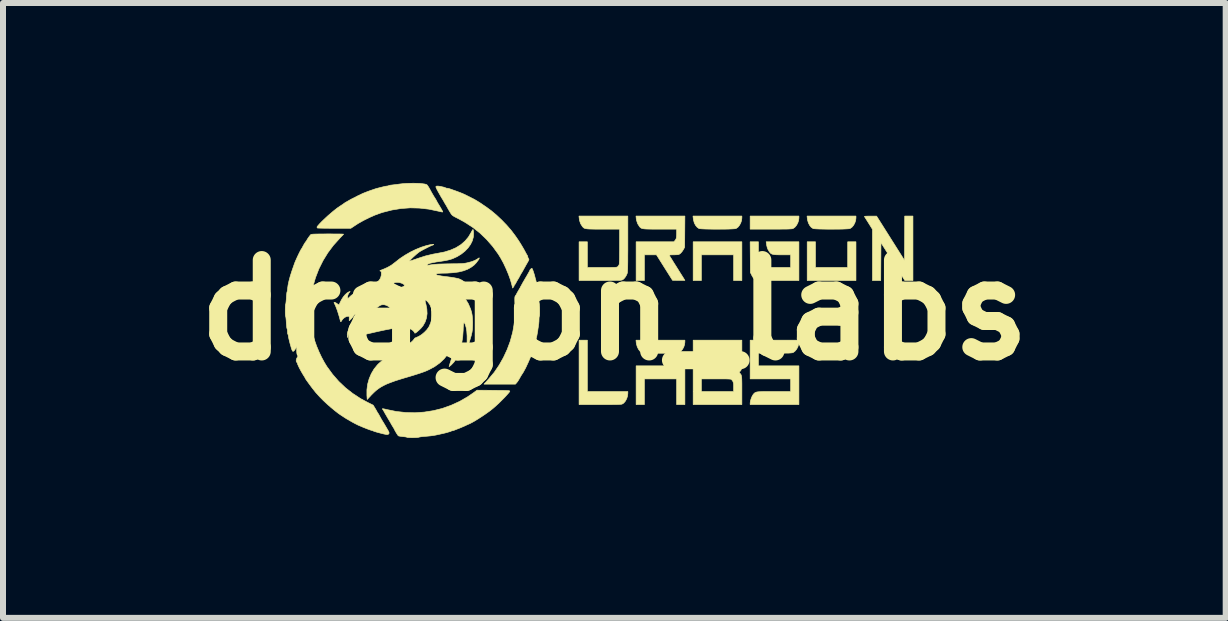
<source format=kicad_pcb>
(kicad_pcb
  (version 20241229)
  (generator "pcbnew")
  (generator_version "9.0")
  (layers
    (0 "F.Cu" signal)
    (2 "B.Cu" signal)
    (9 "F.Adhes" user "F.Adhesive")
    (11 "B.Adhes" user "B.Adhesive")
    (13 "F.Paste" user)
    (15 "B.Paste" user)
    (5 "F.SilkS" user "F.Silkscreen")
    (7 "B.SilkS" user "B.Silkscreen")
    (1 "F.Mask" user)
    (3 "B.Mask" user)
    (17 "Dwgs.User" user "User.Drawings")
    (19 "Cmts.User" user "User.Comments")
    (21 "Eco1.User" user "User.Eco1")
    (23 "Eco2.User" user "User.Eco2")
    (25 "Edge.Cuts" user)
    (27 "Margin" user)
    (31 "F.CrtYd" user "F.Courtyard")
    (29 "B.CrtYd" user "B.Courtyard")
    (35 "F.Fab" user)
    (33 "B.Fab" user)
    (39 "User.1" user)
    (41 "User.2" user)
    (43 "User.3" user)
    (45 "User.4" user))
  (footprint "dragon_labs"
    (layer "F.Cu")
    (at 7.192 2.12)
    (property "Reference" "dragon_labs" (at 0 0 0) (layer "F.SilkS") (effects (font (size 1.524 1.524) (thickness 0.3))))
    (attr through_hole)
    (fp_poly (pts (xy 1.176 1.575) (xy 1.038 1.575) (xy 1.038 1.147) (xy 0.501 1.147) (xy 0.501 1.575) (xy 0.363 1.575) (xy 0.363 0.929) (xy 1.176 0.929) (xy 1.176 1.575)) (stroke (width 0.01) (type solid)) (fill yes) (layer "F.SilkS"))
    (fp_poly (pts (xy 2.126 -0.493) (xy 1.988 -0.493) (xy 1.988 -0.922) (xy 1.451 -0.922) (xy 1.451 -0.493) (xy 1.314 -0.493) (xy 1.314 -1.139) (xy 2.126 -1.139) (xy 2.126 -0.493)) (stroke (width 0.01) (type solid)) (fill yes) (layer "F.SilkS"))
    (fp_poly (pts (xy 3.353 -0.711) (xy 3.89 -0.711) (xy 3.89 -1.139) (xy 4.028 -1.139) (xy 4.028 -0.493) (xy 3.215 -0.493) (xy 3.215 -1.139) (xy 3.353 -1.139) (xy 3.353 -0.711)) (stroke (width 0.01) (type solid)) (fill yes) (layer "F.SilkS"))
    (fp_poly (pts (xy 3.077 -1.535) (xy 3.072 -1.494) (xy 3.058 -1.453) (xy 3.037 -1.414) (xy 3.011 -1.383) (xy 2.983 -1.362) (xy 2.978 -1.36) (xy 2.969 -1.357) (xy 2.955 -1.355) (xy 2.935 -1.354) (xy 2.907 -1.352) (xy 2.87 -1.351) (xy 2.823 -1.351) (xy 2.765 -1.35) (xy 2.695 -1.35) (xy 2.611 -1.35) (xy 2.264 -1.35) (xy 2.264 -1.568) (xy 3.077 -1.568) (xy 3.077 -1.535)) (stroke (width 0.01) (type solid)) (fill yes) (layer "F.SilkS"))
    (fp_poly (pts (xy -0.45 1.357) (xy 0.225 1.357) (xy 0.225 1.388) (xy 0.22 1.432) (xy 0.206 1.476) (xy 0.185 1.516) (xy 0.159 1.547) (xy 0.142 1.56) (xy 0.136 1.563) (xy 0.129 1.566) (xy 0.121 1.569) (xy 0.108 1.57) (xy 0.092 1.572) (xy 0.069 1.573) (xy 0.039 1.574) (xy 0.001 1.574) (xy -0.047 1.575) (xy -0.107 1.575) (xy -0.178 1.575) (xy -0.235 1.575) (xy -0.588 1.575) (xy -0.588 0.501) (xy -0.45 0.501) (xy -0.45 1.357)) (stroke (width 0.01) (type solid)) (fill yes) (layer "F.SilkS"))
    (fp_poly (pts (xy 4.978 -0.493) (xy 4.843 -0.493) (xy 4.644 -0.809) (xy 4.445 -1.124) (xy 4.443 -0.809) (xy 4.441 -0.493) (xy 4.303 -0.493) (xy 4.303 -1.347) (xy 4.24 -1.448) (xy 4.218 -1.483) (xy 4.199 -1.513) (xy 4.183 -1.538) (xy 4.173 -1.554) (xy 4.17 -1.558) (xy 4.171 -1.562) (xy 4.18 -1.565) (xy 4.198 -1.566) (xy 4.227 -1.567) (xy 4.269 -1.567) (xy 4.372 -1.567) (xy 4.837 -0.83) (xy 4.839 -1.199) (xy 4.841 -1.568) (xy 4.978 -1.568) (xy 4.978 -0.493)) (stroke (width 0.01) (type solid)) (fill yes) (layer "F.SilkS"))
    (fp_poly (pts (xy 1.176 0.533) (xy 1.171 0.574) (xy 1.157 0.616) (xy 1.136 0.654) (xy 1.11 0.685) (xy 1.081 0.706) (xy 1.076 0.709) (xy 1.062 0.711) (xy 1.036 0.714) (xy 0.999 0.716) (xy 0.954 0.717) (xy 0.902 0.718) (xy 0.845 0.719) (xy 0.786 0.719) (xy 0.727 0.719) (xy 0.669 0.718) (xy 0.614 0.718) (xy 0.564 0.716) (xy 0.522 0.715) (xy 0.489 0.712) (xy 0.467 0.71) (xy 0.46 0.708) (xy 0.43 0.688) (xy 0.404 0.656) (xy 0.383 0.615) (xy 0.369 0.568) (xy 0.365 0.545) (xy 0.361 0.501) (xy 1.176 0.501) (xy 1.176 0.533)) (stroke (width 0.01) (type solid)) (fill yes) (layer "F.SilkS"))
    (fp_poly (pts (xy 2.126 -1.535) (xy 2.121 -1.494) (xy 2.107 -1.453) (xy 2.086 -1.414) (xy 2.061 -1.383) (xy 2.032 -1.362) (xy 2.027 -1.36) (xy 2.013 -1.357) (xy 1.987 -1.355) (xy 1.95 -1.353) (xy 1.905 -1.351) (xy 1.853 -1.35) (xy 1.796 -1.35) (xy 1.737 -1.349) (xy 1.677 -1.349) (xy 1.619 -1.35) (xy 1.564 -1.351) (xy 1.515 -1.352) (xy 1.473 -1.354) (xy 1.44 -1.356) (xy 1.418 -1.358) (xy 1.411 -1.36) (xy 1.381 -1.381) (xy 1.354 -1.413) (xy 1.333 -1.453) (xy 1.32 -1.5) (xy 1.316 -1.523) (xy 1.311 -1.568) (xy 2.126 -1.568) (xy 2.126 -1.535)) (stroke (width 0.01) (type solid)) (fill yes) (layer "F.SilkS"))
    (fp_poly (pts (xy 4.028 -1.535) (xy 4.023 -1.494) (xy 4.009 -1.453) (xy 3.988 -1.414) (xy 3.962 -1.383) (xy 3.933 -1.362) (xy 3.928 -1.36) (xy 3.914 -1.357) (xy 3.888 -1.355) (xy 3.851 -1.353) (xy 3.806 -1.351) (xy 3.754 -1.35) (xy 3.698 -1.35) (xy 3.638 -1.349) (xy 3.579 -1.349) (xy 3.521 -1.35) (xy 3.466 -1.351) (xy 3.416 -1.352) (xy 3.374 -1.354) (xy 3.341 -1.356) (xy 3.319 -1.358) (xy 3.313 -1.36) (xy 3.282 -1.381) (xy 3.256 -1.413) (xy 3.235 -1.453) (xy 3.221 -1.5) (xy 3.217 -1.523) (xy 3.213 -1.568) (xy 4.028 -1.568) (xy 4.028 -1.535)) (stroke (width 0.01) (type solid)) (fill yes) (layer "F.SilkS"))
    (fp_poly (pts (xy 3.077 0.533) (xy 3.072 0.574) (xy 3.058 0.616) (xy 3.037 0.654) (xy 3.011 0.685) (xy 2.983 0.706) (xy 2.978 0.709) (xy 2.968 0.711) (xy 2.953 0.713) (xy 2.93 0.715) (xy 2.899 0.717) (xy 2.859 0.717) (xy 2.807 0.718) (xy 2.744 0.718) (xy 2.678 0.718) (xy 2.402 0.718) (xy 2.402 0.929) (xy 3.077 0.929) (xy 3.077 1.575) (xy 2.264 1.575) (xy 2.264 1.55) (xy 2.268 1.518) (xy 2.279 1.48) (xy 2.294 1.442) (xy 2.311 1.412) (xy 2.316 1.405) (xy 2.326 1.393) (xy 2.335 1.384) (xy 2.346 1.376) (xy 2.359 1.37) (xy 2.376 1.365) (xy 2.398 1.362) (xy 2.427 1.36) (xy 2.465 1.358) (xy 2.512 1.357) (xy 2.57 1.357) (xy 2.641 1.357) (xy 2.663 1.357) (xy 2.939 1.357) (xy 2.939 1.147) (xy 2.264 1.147) (xy 2.264 0.501) (xy 3.077 0.501) (xy 3.077 0.533)) (stroke (width 0.01) (type solid)) (fill yes) (layer "F.SilkS"))
    (fp_poly (pts (xy 2.402 -0.962) (xy 2.402 -0.902) (xy 2.403 -0.854) (xy 2.404 -0.817) (xy 2.407 -0.789) (xy 2.41 -0.768) (xy 2.416 -0.753) (xy 2.422 -0.74) (xy 2.431 -0.729) (xy 2.433 -0.728) (xy 2.437 -0.723) (xy 2.442 -0.72) (xy 2.449 -0.717) (xy 2.46 -0.715) (xy 2.476 -0.713) (xy 2.499 -0.712) (xy 2.531 -0.712) (xy 2.572 -0.711) (xy 2.624 -0.711) (xy 2.689 -0.711) (xy 2.694 -0.711) (xy 2.939 -0.711) (xy 2.939 -0.922) (xy 2.796 -0.922) (xy 2.74 -0.922) (xy 2.697 -0.923) (xy 2.663 -0.926) (xy 2.638 -0.931) (xy 2.619 -0.938) (xy 2.604 -0.949) (xy 2.591 -0.964) (xy 2.578 -0.982) (xy 2.561 -1.011) (xy 2.549 -1.042) (xy 2.54 -1.078) (xy 2.536 -1.105) (xy 2.531 -1.139) (xy 3.077 -1.139) (xy 3.077 -0.493) (xy 2.369 -0.493) (xy 2.343 -0.512) (xy 2.318 -0.535) (xy 2.296 -0.571) (xy 2.292 -0.579) (xy 2.268 -0.627) (xy 2.266 -0.883) (xy 2.264 -1.139) (xy 2.402 -1.139) (xy 2.402 -0.962)) (stroke (width 0.01) (type solid)) (fill yes) (layer "F.SilkS"))
    (fp_poly (pts (xy 2.126 0.737) (xy 2.126 0.804) (xy 2.126 0.858) (xy 2.125 0.901) (xy 2.124 0.934) (xy 2.122 0.959) (xy 2.119 0.978) (xy 2.115 0.992) (xy 2.11 1.003) (xy 2.103 1.013) (xy 2.095 1.021) (xy 2.08 1.038) (xy 2.095 1.054) (xy 2.103 1.064) (xy 2.11 1.073) (xy 2.115 1.084) (xy 2.119 1.099) (xy 2.122 1.118) (xy 2.124 1.144) (xy 2.125 1.178) (xy 2.126 1.222) (xy 2.126 1.277) (xy 2.126 1.338) (xy 2.126 1.575) (xy 1.314 1.575) (xy 1.314 1.147) (xy 1.451 1.147) (xy 1.451 1.357) (xy 1.988 1.357) (xy 1.988 1.284) (xy 1.988 1.245) (xy 1.985 1.216) (xy 1.979 1.195) (xy 1.969 1.177) (xy 1.957 1.163) (xy 1.953 1.159) (xy 1.948 1.155) (xy 1.941 1.152) (xy 1.93 1.15) (xy 1.914 1.149) (xy 1.891 1.148) (xy 1.86 1.147) (xy 1.819 1.147) (xy 1.767 1.147) (xy 1.702 1.147) (xy 1.451 1.147) (xy 1.314 1.147) (xy 1.314 0.929) (xy 1.942 0.929) (xy 1.957 0.913) (xy 1.971 0.895) (xy 1.98 0.877) (xy 1.986 0.855) (xy 1.988 0.825) (xy 1.988 0.792) (xy 1.988 0.718) (xy 1.314 0.718) (xy 1.314 0.501) (xy 2.126 0.501) (xy 2.126 0.737)) (stroke (width 0.01) (type solid)) (fill yes) (layer "F.SilkS"))
    (fp_poly (pts (xy 1.174 -1.308) (xy 1.172 -1.049) (xy 1.153 -1.012) (xy 1.13 -0.977) (xy 1.105 -0.948) (xy 1.08 -0.93) (xy 1.075 -0.928) (xy 1.061 -0.925) (xy 1.036 -0.923) (xy 1.005 -0.922) (xy 0.986 -0.922) (xy 0.951 -0.921) (xy 0.929 -0.92) (xy 0.918 -0.917) (xy 0.916 -0.913) (xy 0.921 -0.904) (xy 0.932 -0.886) (xy 0.95 -0.858) (xy 0.972 -0.822) (xy 0.998 -0.78) (xy 1.028 -0.733) (xy 1.048 -0.701) (xy 1.078 -0.653) (xy 1.106 -0.608) (xy 1.131 -0.569) (xy 1.151 -0.537) (xy 1.166 -0.513) (xy 1.174 -0.499) (xy 1.176 -0.496) (xy 1.169 -0.495) (xy 1.15 -0.495) (xy 1.122 -0.495) (xy 1.087 -0.495) (xy 1.073 -0.495) (xy 0.97 -0.497) (xy 0.836 -0.709) (xy 0.702 -0.922) (xy 0.501 -0.922) (xy 0.501 -0.493) (xy 0.363 -0.493) (xy 0.363 -1.139) (xy 0.992 -1.139) (xy 1.007 -1.156) (xy 1.02 -1.173) (xy 1.03 -1.191) (xy 1.035 -1.213) (xy 1.037 -1.243) (xy 1.038 -1.277) (xy 1.038 -1.35) (xy 0.762 -1.35) (xy 0.687 -1.35) (xy 0.625 -1.35) (xy 0.575 -1.351) (xy 0.535 -1.352) (xy 0.504 -1.354) (xy 0.48 -1.357) (xy 0.462 -1.361) (xy 0.449 -1.366) (xy 0.438 -1.373) (xy 0.428 -1.382) (xy 0.419 -1.392) (xy 0.418 -1.394) (xy 0.388 -1.441) (xy 0.37 -1.496) (xy 0.365 -1.523) (xy 0.361 -1.568) (xy 1.176 -1.568) (xy 1.174 -1.308)) (stroke (width 0.01) (type solid)) (fill yes) (layer "F.SilkS"))
    (fp_poly (pts (xy 0.225 -1.109) (xy 0.225 -0.997) (xy 0.224 -0.9) (xy 0.224 -0.817) (xy 0.223 -0.749) (xy 0.222 -0.695) (xy 0.22 -0.656) (xy 0.218 -0.63) (xy 0.217 -0.62) (xy 0.204 -0.587) (xy 0.185 -0.554) (xy 0.163 -0.526) (xy 0.142 -0.508) (xy 0.136 -0.505) (xy 0.129 -0.502) (xy 0.121 -0.5) (xy 0.108 -0.498) (xy 0.092 -0.496) (xy 0.069 -0.495) (xy 0.039 -0.495) (xy 0.001 -0.494) (xy -0.047 -0.494) (xy -0.107 -0.494) (xy -0.178 -0.493) (xy -0.235 -0.493) (xy -0.588 -0.493) (xy -0.588 -1.139) (xy -0.45 -1.139) (xy -0.45 -0.711) (xy -0.203 -0.711) (xy -0.137 -0.711) (xy -0.083 -0.711) (xy -0.041 -0.712) (xy -0.009 -0.712) (xy 0.014 -0.713) (xy 0.031 -0.715) (xy 0.042 -0.717) (xy 0.05 -0.72) (xy 0.055 -0.723) (xy 0.058 -0.726) (xy 0.072 -0.744) (xy 0.08 -0.759) (xy 0.082 -0.771) (xy 0.083 -0.795) (xy 0.085 -0.832) (xy 0.086 -0.878) (xy 0.086 -0.933) (xy 0.087 -0.996) (xy 0.087 -1.064) (xy 0.087 -1.35) (xy -0.189 -1.35) (xy -0.264 -1.35) (xy -0.325 -1.35) (xy -0.375 -1.351) (xy -0.415 -1.352) (xy -0.446 -1.354) (xy -0.47 -1.357) (xy -0.488 -1.361) (xy -0.502 -1.366) (xy -0.513 -1.373) (xy -0.522 -1.382) (xy -0.532 -1.392) (xy -0.533 -1.394) (xy -0.563 -1.441) (xy -0.581 -1.496) (xy -0.585 -1.523) (xy -0.59 -1.568) (xy 0.225 -1.568) (xy 0.225 -1.109)) (stroke (width 0.01) (type solid)) (fill yes) (layer "F.SilkS"))
    (fp_poly (pts (xy -3.295 -2.114) (xy -3.243 -2.112) (xy -3.198 -2.107) (xy -3.161 -2.102) (xy -3.135 -2.095) (xy -3.123 -2.088) (xy -3.111 -2.073) (xy -3.093 -2.045) (xy -3.07 -2.004) (xy -3.044 -1.956) (xy -3.028 -1.929) (xy -3.012 -1.901) (xy -3.005 -1.89) (xy -2.99 -1.867) (xy -2.973 -1.839) (xy -2.964 -1.822) (xy -2.952 -1.799) (xy -2.941 -1.78) (xy -2.936 -1.772) (xy -2.931 -1.764) (xy -2.923 -1.751) (xy -2.911 -1.731) (xy -2.894 -1.702) (xy -2.871 -1.662) (xy -2.87 -1.659) (xy -2.863 -1.644) (xy -2.861 -1.636) (xy -2.861 -1.636) (xy -2.869 -1.636) (xy -2.888 -1.639) (xy -2.915 -1.645) (xy -2.936 -1.65) (xy -3.093 -1.683) (xy -3.249 -1.701) (xy -3.402 -1.705) (xy -3.555 -1.694) (xy -3.708 -1.669) (xy -3.861 -1.63) (xy -3.901 -1.617) (xy -3.992 -1.584) (xy -4.087 -1.542) (xy -4.181 -1.495) (xy -4.27 -1.445) (xy -4.31 -1.419) (xy -4.393 -1.364) (xy -4.67 -1.364) (xy -4.732 -1.364) (xy -4.789 -1.365) (xy -4.841 -1.365) (xy -4.884 -1.366) (xy -4.918 -1.367) (xy -4.941 -1.368) (xy -4.951 -1.369) (xy -4.952 -1.369) (xy -4.956 -1.38) (xy -4.957 -1.385) (xy -4.951 -1.396) (xy -4.936 -1.414) (xy -4.913 -1.44) (xy -4.884 -1.47) (xy -4.849 -1.504) (xy -4.811 -1.54) (xy -4.771 -1.577) (xy -4.73 -1.612) (xy -4.69 -1.646) (xy -4.664 -1.667) (xy -4.645 -1.682) (xy -4.631 -1.693) (xy -4.626 -1.697) (xy -4.615 -1.705) (xy -4.597 -1.717) (xy -4.576 -1.732) (xy -4.555 -1.745) (xy -4.544 -1.753) (xy -4.53 -1.761) (xy -4.512 -1.775) (xy -4.507 -1.779) (xy -4.488 -1.792) (xy -4.473 -1.801) (xy -4.47 -1.802) (xy -4.458 -1.809) (xy -4.439 -1.82) (xy -4.43 -1.825) (xy -4.413 -1.835) (xy -4.386 -1.85) (xy -4.352 -1.867) (xy -4.314 -1.886) (xy -4.276 -1.906) (xy -4.239 -1.923) (xy -4.209 -1.938) (xy -4.187 -1.948) (xy -4.156 -1.96) (xy -4.118 -1.975) (xy -4.077 -1.99) (xy -4.036 -2.004) (xy -3.999 -2.017) (xy -3.968 -2.027) (xy -3.948 -2.032) (xy -3.948 -2.032) (xy -3.929 -2.037) (xy -3.901 -2.044) (xy -3.87 -2.052) (xy -3.865 -2.053) (xy -3.836 -2.06) (xy -3.809 -2.066) (xy -3.791 -2.068) (xy -3.789 -2.068) (xy -3.772 -2.071) (xy -3.762 -2.075) (xy -3.752 -2.079) (xy -3.732 -2.083) (xy -3.712 -2.085) (xy -3.687 -2.088) (xy -3.653 -2.092) (xy -3.614 -2.097) (xy -3.578 -2.102) (xy -3.525 -2.108) (xy -3.468 -2.112) (xy -3.409 -2.114) (xy -3.351 -2.115) (xy -3.295 -2.114)) (stroke (width 0.01) (type solid)) (fill yes) (layer "F.SilkS"))
    (fp_poly (pts (xy -2.018 1.337) (xy -1.948 1.338) (xy -1.891 1.338) (xy -1.845 1.339) (xy -1.81 1.34) (xy -1.785 1.341) (xy -1.766 1.342) (xy -1.755 1.344) (xy -1.748 1.346) (xy -1.744 1.349) (xy -1.743 1.352) (xy -1.747 1.361) (xy -1.761 1.379) (xy -1.782 1.403) (xy -1.809 1.433) (xy -1.84 1.466) (xy -1.875 1.501) (xy -1.911 1.537) (xy -1.947 1.571) (xy -1.982 1.603) (xy -2.014 1.631) (xy -2.031 1.645) (xy -2.083 1.686) (xy -2.145 1.73) (xy -2.21 1.774) (xy -2.275 1.816) (xy -2.334 1.852) (xy -2.342 1.856) (xy -2.37 1.872) (xy -2.393 1.884) (xy -2.408 1.892) (xy -2.413 1.894) (xy -2.42 1.897) (xy -2.438 1.905) (xy -2.463 1.916) (xy -2.483 1.926) (xy -2.52 1.942) (xy -2.559 1.959) (xy -2.594 1.973) (xy -2.605 1.977) (xy -2.633 1.988) (xy -2.656 1.997) (xy -2.671 2.003) (xy -2.672 2.004) (xy -2.689 2.009) (xy -2.696 2.01) (xy -2.712 2.014) (xy -2.72 2.017) (xy -2.735 2.024) (xy -2.763 2.032) (xy -2.8 2.043) (xy -2.845 2.054) (xy -2.894 2.065) (xy -2.925 2.072) (xy -2.976 2.083) (xy -3.022 2.091) (xy -3.068 2.097) (xy -3.121 2.102) (xy -3.16 2.105) (xy -3.196 2.108) (xy -3.227 2.112) (xy -3.249 2.116) (xy -3.261 2.119) (xy -3.262 2.119) (xy -3.271 2.122) (xy -3.292 2.124) (xy -3.32 2.125) (xy -3.352 2.126) (xy -3.385 2.126) (xy -3.415 2.125) (xy -3.439 2.124) (xy -3.454 2.122) (xy -3.457 2.12) (xy -3.466 2.117) (xy -3.485 2.113) (xy -3.512 2.11) (xy -3.526 2.109) (xy -3.556 2.105) (xy -3.582 2.101) (xy -3.598 2.097) (xy -3.602 2.095) (xy -3.609 2.086) (xy -3.621 2.068) (xy -3.635 2.047) (xy -3.648 2.024) (xy -3.659 2.005) (xy -3.665 1.993) (xy -3.665 1.991) (xy -3.668 1.984) (xy -3.678 1.968) (xy -3.69 1.948) (xy -3.703 1.927) (xy -3.712 1.912) (xy -3.716 1.906) (xy -3.719 1.899) (xy -3.729 1.882) (xy -3.743 1.857) (xy -3.761 1.827) (xy -3.766 1.819) (xy -3.786 1.785) (xy -3.805 1.752) (xy -3.821 1.725) (xy -3.832 1.705) (xy -3.832 1.704) (xy -3.844 1.683) (xy -3.855 1.665) (xy -3.859 1.66) (xy -3.866 1.649) (xy -3.867 1.644) (xy -3.858 1.644) (xy -3.839 1.647) (xy -3.813 1.653) (xy -3.791 1.658) (xy -3.635 1.69) (xy -3.478 1.707) (xy -3.323 1.711) (xy -3.168 1.7) (xy -3.016 1.676) (xy -2.868 1.639) (xy -2.722 1.587) (xy -2.582 1.523) (xy -2.446 1.445) (xy -2.35 1.379) (xy -2.29 1.335) (xy -2.018 1.337)) (stroke (width 0.01) (type solid)) (fill yes) (layer "F.SilkS"))
    (fp_poly (pts (xy -1.369 -0.69) (xy -1.361 -0.672) (xy -1.351 -0.645) (xy -1.34 -0.611) (xy -1.329 -0.574) (xy -1.321 -0.542) (xy -1.314 -0.516) (xy -1.306 -0.488) (xy -1.306 -0.488) (xy -1.298 -0.452) (xy -1.29 -0.414) (xy -1.283 -0.376) (xy -1.279 -0.344) (xy -1.277 -0.324) (xy -1.276 -0.303) (xy -1.272 -0.286) (xy -1.271 -0.284) (xy -1.268 -0.272) (xy -1.264 -0.249) (xy -1.261 -0.219) (xy -1.259 -0.192) (xy -1.257 -0.16) (xy -1.255 -0.133) (xy -1.253 -0.114) (xy -1.251 -0.108) (xy -1.249 -0.098) (xy -1.248 -0.077) (xy -1.246 -0.049) (xy -1.245 -0.016) (xy -1.245 0.018) (xy -1.245 0.049) (xy -1.246 0.075) (xy -1.247 0.093) (xy -1.248 0.098) (xy -1.252 0.107) (xy -1.255 0.126) (xy -1.256 0.152) (xy -1.256 0.155) (xy -1.257 0.189) (xy -1.26 0.226) (xy -1.264 0.25) (xy -1.268 0.282) (xy -1.274 0.319) (xy -1.277 0.345) (xy -1.293 0.434) (xy -1.317 0.532) (xy -1.347 0.637) (xy -1.384 0.745) (xy -1.396 0.777) (xy -1.406 0.803) (xy -1.42 0.835) (xy -1.436 0.872) (xy -1.453 0.908) (xy -1.468 0.941) (xy -1.481 0.968) (xy -1.489 0.983) (xy -1.499 1) (xy -1.509 1.02) (xy -1.522 1.042) (xy -1.536 1.064) (xy -1.547 1.08) (xy -1.562 1.105) (xy -1.577 1.132) (xy -1.579 1.135) (xy -1.595 1.163) (xy -1.612 1.19) (xy -1.627 1.209) (xy -1.628 1.21) (xy -1.649 1.234) (xy -2.173 1.234) (xy -2.155 1.214) (xy -2.141 1.199) (xy -2.122 1.178) (xy -2.1 1.153) (xy -2.091 1.143) (xy -2.001 1.036) (xy -1.921 0.918) (xy -1.849 0.791) (xy -1.787 0.658) (xy -1.736 0.521) (xy -1.698 0.381) (xy -1.691 0.35) (xy -1.675 0.258) (xy -1.663 0.17) (xy -1.657 0.081) (xy -1.656 -0.015) (xy -1.658 -0.08) (xy -1.659 -0.129) (xy -1.66 -0.166) (xy -1.66 -0.192) (xy -1.659 -0.21) (xy -1.657 -0.223) (xy -1.654 -0.232) (xy -1.649 -0.239) (xy -1.648 -0.241) (xy -1.638 -0.255) (xy -1.633 -0.264) (xy -1.633 -0.264) (xy -1.629 -0.272) (xy -1.62 -0.289) (xy -1.607 -0.312) (xy -1.6 -0.323) (xy -1.586 -0.348) (xy -1.574 -0.368) (xy -1.568 -0.379) (xy -1.568 -0.381) (xy -1.564 -0.388) (xy -1.555 -0.404) (xy -1.543 -0.426) (xy -1.541 -0.429) (xy -1.526 -0.457) (xy -1.511 -0.483) (xy -1.5 -0.501) (xy -1.491 -0.518) (xy -1.476 -0.543) (xy -1.458 -0.573) (xy -1.447 -0.593) (xy -1.431 -0.621) (xy -1.418 -0.644) (xy -1.41 -0.66) (xy -1.408 -0.666) (xy -1.403 -0.676) (xy -1.39 -0.688) (xy -1.378 -0.696) (xy -1.374 -0.697) (xy -1.369 -0.69)) (stroke (width 0.01) (type solid)) (fill yes) (layer "F.SilkS"))
    (fp_poly (pts (xy -2.924 -2.066) (xy -2.897 -2.062) (xy -2.868 -2.055) (xy -2.841 -2.049) (xy -2.821 -2.042) (xy -2.811 -2.037) (xy -2.801 -2.033) (xy -2.787 -2.032) (xy -2.779 -2.031) (xy -2.767 -2.029) (xy -2.75 -2.024) (xy -2.726 -2.016) (xy -2.693 -2.004) (xy -2.65 -1.989) (xy -2.604 -1.972) (xy -2.572 -1.96) (xy -2.545 -1.949) (xy -2.521 -1.939) (xy -2.494 -1.927) (xy -2.462 -1.911) (xy -2.424 -1.892) (xy -2.377 -1.868) (xy -2.339 -1.849) (xy -2.306 -1.83) (xy -2.275 -1.811) (xy -2.241 -1.79) (xy -2.214 -1.772) (xy -2.187 -1.753) (xy -2.162 -1.736) (xy -2.144 -1.724) (xy -2.138 -1.72) (xy -2.052 -1.657) (xy -1.965 -1.584) (xy -1.878 -1.502) (xy -1.795 -1.416) (xy -1.718 -1.327) (xy -1.651 -1.238) (xy -1.648 -1.234) (xy -1.606 -1.173) (xy -1.571 -1.119) (xy -1.54 -1.068) (xy -1.509 -1.015) (xy -1.482 -0.965) (xy -1.469 -0.941) (xy -1.458 -0.922) (xy -1.451 -0.912) (xy -1.451 -0.911) (xy -1.445 -0.898) (xy -1.444 -0.891) (xy -1.44 -0.875) (xy -1.433 -0.86) (xy -1.428 -0.853) (xy -1.425 -0.847) (xy -1.425 -0.84) (xy -1.429 -0.829) (xy -1.438 -0.813) (xy -1.452 -0.788) (xy -1.472 -0.753) (xy -1.472 -0.753) (xy -1.483 -0.733) (xy -1.498 -0.706) (xy -1.514 -0.678) (xy -1.514 -0.677) (xy -1.528 -0.652) (xy -1.54 -0.631) (xy -1.548 -0.618) (xy -1.549 -0.617) (xy -1.558 -0.603) (xy -1.568 -0.584) (xy -1.578 -0.566) (xy -1.591 -0.541) (xy -1.6 -0.526) (xy -1.617 -0.498) (xy -1.634 -0.468) (xy -1.64 -0.455) (xy -1.651 -0.436) (xy -1.66 -0.424) (xy -1.664 -0.421) (xy -1.669 -0.415) (xy -1.669 -0.411) (xy -1.673 -0.398) (xy -1.682 -0.384) (xy -1.696 -0.368) (xy -1.709 -0.422) (xy -1.733 -0.507) (xy -1.766 -0.598) (xy -1.805 -0.691) (xy -1.848 -0.783) (xy -1.895 -0.869) (xy -1.935 -0.934) (xy -2.029 -1.063) (xy -2.131 -1.179) (xy -2.241 -1.285) (xy -2.361 -1.38) (xy -2.491 -1.464) (xy -2.598 -1.523) (xy -2.637 -1.543) (xy -2.666 -1.558) (xy -2.686 -1.57) (xy -2.701 -1.581) (xy -2.712 -1.592) (xy -2.722 -1.606) (xy -2.731 -1.62) (xy -2.749 -1.649) (xy -2.767 -1.68) (xy -2.779 -1.701) (xy -2.794 -1.728) (xy -2.81 -1.756) (xy -2.817 -1.767) (xy -2.829 -1.787) (xy -2.838 -1.803) (xy -2.84 -1.807) (xy -2.847 -1.82) (xy -2.858 -1.838) (xy -2.861 -1.844) (xy -2.882 -1.877) (xy -2.903 -1.914) (xy -2.924 -1.951) (xy -2.943 -1.985) (xy -2.959 -2.015) (xy -2.97 -2.039) (xy -2.975 -2.052) (xy -2.975 -2.054) (xy -2.973 -2.063) (xy -2.963 -2.067) (xy -2.945 -2.068) (xy -2.924 -2.066)) (stroke (width 0.01) (type solid)) (fill yes) (layer "F.SilkS"))
    (fp_poly (pts (xy -5.032 0.382) (xy -5.026 0.4) (xy -5.019 0.426) (xy -5.018 0.43) (xy -4.994 0.514) (xy -4.962 0.604) (xy -4.923 0.697) (xy -4.88 0.788) (xy -4.834 0.873) (xy -4.792 0.941) (xy -4.697 1.071) (xy -4.594 1.189) (xy -4.482 1.295) (xy -4.361 1.39) (xy -4.231 1.475) (xy -4.124 1.533) (xy -4.02 1.585) (xy -3.988 1.638) (xy -3.973 1.663) (xy -3.962 1.683) (xy -3.956 1.694) (xy -3.955 1.696) (xy -3.951 1.705) (xy -3.945 1.712) (xy -3.937 1.724) (xy -3.924 1.745) (xy -3.911 1.77) (xy -3.91 1.771) (xy -3.895 1.799) (xy -3.879 1.827) (xy -3.867 1.847) (xy -3.85 1.874) (xy -3.831 1.906) (xy -3.811 1.94) (xy -3.792 1.973) (xy -3.775 2.002) (xy -3.763 2.024) (xy -3.757 2.037) (xy -3.757 2.037) (xy -3.756 2.056) (xy -3.767 2.069) (xy -3.787 2.075) (xy -3.79 2.075) (xy -3.805 2.073) (xy -3.829 2.068) (xy -3.857 2.062) (xy -3.861 2.061) (xy -3.911 2.048) (xy -3.953 2.037) (xy -3.986 2.027) (xy -4.008 2.02) (xy -4.01 2.019) (xy -4.026 2.012) (xy -4.048 2.005) (xy -4.053 2.004) (xy -4.085 1.993) (xy -4.123 1.979) (xy -4.158 1.965) (xy -4.178 1.957) (xy -4.191 1.952) (xy -4.218 1.94) (xy -4.247 1.928) (xy -4.275 1.916) (xy -4.294 1.906) (xy -4.296 1.905) (xy -4.317 1.895) (xy -4.343 1.881) (xy -4.369 1.867) (xy -4.391 1.854) (xy -4.404 1.847) (xy -4.418 1.839) (xy -4.437 1.827) (xy -4.445 1.823) (xy -4.468 1.81) (xy -4.488 1.797) (xy -4.493 1.794) (xy -4.51 1.783) (xy -4.532 1.768) (xy -4.547 1.759) (xy -4.601 1.722) (xy -4.661 1.675) (xy -4.725 1.622) (xy -4.79 1.565) (xy -4.853 1.506) (xy -4.911 1.447) (xy -4.963 1.39) (xy -4.98 1.371) (xy -5.001 1.344) (xy -5.026 1.313) (xy -5.052 1.279) (xy -5.078 1.244) (xy -5.102 1.211) (xy -5.123 1.182) (xy -5.14 1.158) (xy -5.15 1.142) (xy -5.153 1.136) (xy -5.156 1.129) (xy -5.166 1.112) (xy -5.18 1.09) (xy -5.185 1.082) (xy -5.203 1.052) (xy -5.222 1.019) (xy -5.241 0.984) (xy -5.258 0.951) (xy -5.271 0.923) (xy -5.28 0.902) (xy -5.283 0.891) (xy -5.288 0.877) (xy -5.294 0.871) (xy -5.303 0.855) (xy -5.304 0.831) (xy -5.296 0.805) (xy -5.287 0.789) (xy -5.276 0.772) (xy -5.269 0.76) (xy -5.269 0.758) (xy -5.265 0.75) (xy -5.256 0.734) (xy -5.245 0.716) (xy -5.214 0.667) (xy -5.182 0.615) (xy -5.152 0.565) (xy -5.126 0.519) (xy -5.107 0.484) (xy -5.097 0.467) (xy -5.089 0.455) (xy -5.087 0.453) (xy -5.081 0.445) (xy -5.071 0.428) (xy -5.061 0.41) (xy -5.05 0.39) (xy -5.041 0.377) (xy -5.036 0.374) (xy -5.032 0.382)) (stroke (width 0.01) (type solid)) (fill yes) (layer "F.SilkS"))
    (fp_poly (pts (xy -4.72 -1.27) (xy -4.664 -1.269) (xy -4.615 -1.269) (xy -4.574 -1.269) (xy -4.542 -1.268) (xy -4.522 -1.267) (xy -4.514 -1.266) (xy -4.514 -1.266) (xy -4.519 -1.26) (xy -4.532 -1.245) (xy -4.552 -1.225) (xy -4.576 -1.2) (xy -4.58 -1.195) (xy -4.684 -1.08) (xy -4.776 -0.957) (xy -4.857 -0.825) (xy -4.926 -0.687) (xy -4.982 -0.542) (xy -5.025 -0.393) (xy -5.055 -0.239) (xy -5.066 -0.145) (xy -5.071 -0.062) (xy -5.071 0.033) (xy -5.07 0.085) (xy -5.065 0.217) (xy -5.094 0.264) (xy -5.111 0.293) (xy -5.129 0.323) (xy -5.142 0.346) (xy -5.166 0.39) (xy -5.186 0.427) (xy -5.203 0.454) (xy -5.214 0.47) (xy -5.216 0.473) (xy -5.224 0.484) (xy -5.225 0.488) (xy -5.229 0.497) (xy -5.238 0.513) (xy -5.245 0.524) (xy -5.257 0.544) (xy -5.274 0.573) (xy -5.292 0.604) (xy -5.301 0.62) (xy -5.322 0.655) (xy -5.339 0.677) (xy -5.352 0.687) (xy -5.363 0.685) (xy -5.369 0.676) (xy -5.376 0.66) (xy -5.385 0.633) (xy -5.395 0.598) (xy -5.406 0.56) (xy -5.416 0.52) (xy -5.425 0.483) (xy -5.432 0.452) (xy -5.435 0.43) (xy -5.436 0.425) (xy -5.438 0.409) (xy -5.443 0.403) (xy -5.447 0.394) (xy -5.449 0.375) (xy -5.45 0.357) (xy -5.451 0.333) (xy -5.454 0.315) (xy -5.457 0.308) (xy -5.46 0.299) (xy -5.463 0.278) (xy -5.466 0.248) (xy -5.469 0.212) (xy -5.469 0.205) (xy -5.471 0.169) (xy -5.474 0.138) (xy -5.477 0.116) (xy -5.48 0.105) (xy -5.48 0.105) (xy -5.483 0.096) (xy -5.485 0.076) (xy -5.486 0.049) (xy -5.486 0.017) (xy -5.486 -0.017) (xy -5.485 -0.049) (xy -5.484 -0.075) (xy -5.482 -0.093) (xy -5.48 -0.098) (xy -5.477 -0.108) (xy -5.474 -0.129) (xy -5.471 -0.158) (xy -5.468 -0.194) (xy -5.468 -0.2) (xy -5.466 -0.235) (xy -5.463 -0.266) (xy -5.46 -0.289) (xy -5.458 -0.301) (xy -5.457 -0.301) (xy -5.454 -0.312) (xy -5.45 -0.332) (xy -5.448 -0.356) (xy -5.44 -0.415) (xy -5.425 -0.485) (xy -5.404 -0.564) (xy -5.375 -0.655) (xy -5.339 -0.758) (xy -5.328 -0.789) (xy -5.317 -0.816) (xy -5.302 -0.849) (xy -5.285 -0.887) (xy -5.267 -0.925) (xy -5.25 -0.96) (xy -5.234 -0.991) (xy -5.222 -1.013) (xy -5.215 -1.023) (xy -5.207 -1.035) (xy -5.196 -1.056) (xy -5.186 -1.074) (xy -5.171 -1.101) (xy -5.154 -1.128) (xy -5.144 -1.141) (xy -5.132 -1.157) (xy -5.125 -1.169) (xy -5.124 -1.172) (xy -5.119 -1.18) (xy -5.109 -1.196) (xy -5.095 -1.216) (xy -5.08 -1.236) (xy -5.067 -1.252) (xy -5.058 -1.261) (xy -5.051 -1.263) (xy -5.036 -1.265) (xy -5.011 -1.267) (xy -4.977 -1.268) (xy -4.931 -1.269) (xy -4.873 -1.269) (xy -4.801 -1.27) (xy -4.781 -1.27) (xy -4.72 -1.27)) (stroke (width 0.01) (type solid)) (fill yes) (layer "F.SilkS"))
    (fp_poly (pts (xy -2.351 -1.328) (xy -2.348 -1.301) (xy -2.347 -1.27) (xy -2.349 -1.237) (xy -2.351 -1.217) (xy -2.368 -1.155) (xy -2.398 -1.095) (xy -2.439 -1.037) (xy -2.491 -0.983) (xy -2.551 -0.935) (xy -2.619 -0.893) (xy -2.693 -0.859) (xy -2.719 -0.85) (xy -2.764 -0.837) (xy -2.82 -0.825) (xy -2.884 -0.815) (xy -2.896 -0.813) (xy -2.968 -0.803) (xy -3.026 -0.792) (xy -3.071 -0.782) (xy -3.101 -0.771) (xy -3.118 -0.761) (xy -3.121 -0.754) (xy -3.12 -0.751) (xy -3.118 -0.749) (xy -3.112 -0.748) (xy -3.099 -0.749) (xy -3.076 -0.752) (xy -3.043 -0.757) (xy -3.029 -0.759) (xy -2.989 -0.763) (xy -2.937 -0.767) (xy -2.871 -0.769) (xy -2.793 -0.771) (xy -2.732 -0.772) (xy -2.668 -0.773) (xy -2.617 -0.773) (xy -2.576 -0.775) (xy -2.543 -0.776) (xy -2.516 -0.778) (xy -2.494 -0.781) (xy -2.473 -0.784) (xy -2.452 -0.789) (xy -2.446 -0.79) (xy -2.379 -0.808) (xy -2.325 -0.829) (xy -2.285 -0.851) (xy -2.281 -0.854) (xy -2.265 -0.865) (xy -2.255 -0.871) (xy -2.253 -0.871) (xy -2.252 -0.866) (xy -2.257 -0.852) (xy -2.269 -0.833) (xy -2.286 -0.811) (xy -2.304 -0.787) (xy -2.324 -0.766) (xy -2.336 -0.753) (xy -2.388 -0.714) (xy -2.447 -0.681) (xy -2.516 -0.655) (xy -2.594 -0.636) (xy -2.684 -0.624) (xy -2.786 -0.617) (xy -2.837 -0.616) (xy -2.892 -0.615) (xy -2.933 -0.612) (xy -2.959 -0.607) (xy -2.972 -0.599) (xy -2.973 -0.597) (xy -2.972 -0.592) (xy -2.963 -0.586) (xy -2.945 -0.581) (xy -2.917 -0.575) (xy -2.879 -0.568) (xy -2.827 -0.561) (xy -2.776 -0.555) (xy -2.718 -0.547) (xy -2.668 -0.539) (xy -2.627 -0.531) (xy -2.597 -0.524) (xy -2.588 -0.521) (xy -2.538 -0.497) (xy -2.488 -0.462) (xy -2.439 -0.418) (xy -2.396 -0.37) (xy -2.362 -0.318) (xy -2.355 -0.306) (xy -2.346 -0.287) (xy -2.336 -0.263) (xy -2.326 -0.238) (xy -2.318 -0.214) (xy -2.312 -0.197) (xy -2.311 -0.189) (xy -2.311 -0.189) (xy -2.318 -0.193) (xy -2.332 -0.205) (xy -2.352 -0.222) (xy -2.356 -0.226) (xy -2.409 -0.268) (xy -2.464 -0.306) (xy -2.519 -0.338) (xy -2.572 -0.363) (xy -2.618 -0.378) (xy -2.639 -0.382) (xy -2.659 -0.384) (xy -2.668 -0.383) (xy -2.667 -0.378) (xy -2.666 -0.376) (xy -2.657 -0.366) (xy -2.641 -0.35) (xy -2.621 -0.334) (xy -2.548 -0.267) (xy -2.486 -0.191) (xy -2.434 -0.106) (xy -2.395 -0.014) (xy -2.38 0.036) (xy -2.371 0.082) (xy -2.365 0.138) (xy -2.362 0.2) (xy -2.363 0.262) (xy -2.366 0.32) (xy -2.373 0.371) (xy -2.376 0.381) (xy -2.386 0.425) (xy -2.4 0.473) (xy -2.415 0.522) (xy -2.43 0.567) (xy -2.444 0.602) (xy -2.444 0.603) (xy -2.458 0.635) (xy -2.455 0.519) (xy -2.455 0.43) (xy -2.46 0.353) (xy -2.471 0.288) (xy -2.486 0.24) (xy -2.495 0.22) (xy -2.503 0.21) (xy -2.508 0.212) (xy -2.513 0.225) (xy -2.516 0.251) (xy -2.519 0.291) (xy -2.52 0.332) (xy -2.528 0.445) (xy -2.544 0.549) (xy -2.566 0.645) (xy -2.596 0.73) (xy -2.632 0.805) (xy -2.675 0.868) (xy -2.719 0.914) (xy -2.737 0.929) (xy -2.75 0.939) (xy -2.755 0.942) (xy -2.753 0.934) (xy -2.748 0.917) (xy -2.741 0.891) (xy -2.736 0.877) (xy -2.723 0.835) (xy -2.712 0.79) (xy -2.702 0.744) (xy -2.694 0.701) (xy -2.688 0.662) (xy -2.685 0.629) (xy -2.684 0.604) (xy -2.688 0.59) (xy -2.691 0.588) (xy -2.697 0.594) (xy -2.707 0.61) (xy -2.72 0.634) (xy -2.729 0.651) (xy -2.778 0.737) (xy -2.839 0.813) (xy -2.911 0.881) (xy -2.995 0.941) (xy -3.091 0.993) (xy -3.094 0.994) (xy -3.124 1.008) (xy -3.155 1.021) (xy -3.19 1.034) (xy -3.23 1.048) (xy -3.276 1.063) (xy -3.33 1.08) (xy -3.395 1.1) (xy -3.472 1.123) (xy -3.48 1.125) (xy -3.575 1.154) (xy -3.657 1.18) (xy -3.728 1.206) (xy -3.79 1.23) (xy -3.844 1.256) (xy -3.892 1.282) (xy -3.935 1.311) (xy -3.975 1.342) (xy -4.014 1.378) (xy -4.053 1.417) (xy -4.059 1.424) (xy -4.12 1.49) (xy -4.125 1.422) (xy -4.125 1.328) (xy -4.113 1.235) (xy -4.088 1.145) (xy -4.052 1.06) (xy -4.006 0.982) (xy -3.95 0.913) (xy -3.932 0.895) (xy -3.911 0.876) (xy -3.889 0.857) (xy -3.865 0.838) (xy -3.836 0.818) (xy -3.801 0.796) (xy -3.758 0.769) (xy -3.706 0.737) (xy -3.668 0.715) (xy -3.591 0.669) (xy -3.526 0.629) (xy -3.473 0.595) (xy -3.429 0.566) (xy -3.396 0.541) (xy -3.371 0.521) (xy -3.356 0.505) (xy -3.342 0.488) (xy -3.333 0.475) (xy -3.331 0.471) (xy -3.325 0.466) (xy -3.309 0.459) (xy -3.304 0.457) (xy -3.259 0.437) (xy -3.211 0.407) (xy -3.166 0.369) (xy -3.126 0.328) (xy -3.095 0.285) (xy -3.092 0.281) (xy -3.064 0.218) (xy -3.045 0.153) (xy -3.037 0.088) (xy -3.039 0.025) (xy -3.052 -0.034) (xy -3.074 -0.088) (xy -3.106 -0.133) (xy -3.119 -0.147) (xy -3.138 -0.163) (xy -3.15 -0.169) (xy -3.155 -0.164) (xy -3.154 -0.149) (xy -3.148 -0.12) (xy -3.142 -0.101) (xy -3.126 -0.02) (xy -3.122 0.058) (xy -3.132 0.131) (xy -3.155 0.199) (xy -3.19 0.261) (xy -3.222 0.3) (xy -3.244 0.322) (xy -3.268 0.344) (xy -3.29 0.363) (xy -3.309 0.377) (xy -3.322 0.384) (xy -3.326 0.384) (xy -3.33 0.376) (xy -3.335 0.367) (xy -3.355 0.343) (xy -3.384 0.322) (xy -3.419 0.306) (xy -3.438 0.3) (xy -3.473 0.294) (xy -3.512 0.291) (xy -3.557 0.291) (xy -3.609 0.295) (xy -3.668 0.302) (xy -3.737 0.314) (xy -3.816 0.329) (xy -3.906 0.348) (xy -4.009 0.371) (xy -4.019 0.374) (xy -4.065 0.384) (xy -4.108 0.394) (xy -4.146 0.402) (xy -4.176 0.408) (xy -4.194 0.411) (xy -4.215 0.414) (xy -4.228 0.419) (xy -4.231 0.421) (xy -4.228 0.43) (xy -4.221 0.448) (xy -4.217 0.458) (xy -4.209 0.48) (xy -4.204 0.506) (xy -4.202 0.531) (xy -4.203 0.551) (xy -4.208 0.562) (xy -4.213 0.558) (xy -4.219 0.543) (xy -4.222 0.535) (xy -4.24 0.496) (xy -4.271 0.464) (xy -4.309 0.44) (xy -4.337 0.424) (xy -4.365 0.404) (xy -4.376 0.394) (xy -4.396 0.379) (xy -4.41 0.375) (xy -4.421 0.383) (xy -4.43 0.405) (xy -4.435 0.422) (xy -4.445 0.459) (xy -4.45 0.435) (xy -4.453 0.409) (xy -4.451 0.385) (xy -4.445 0.362) (xy -4.434 0.333) (xy -4.42 0.302) (xy -4.405 0.274) (xy -4.391 0.252) (xy -4.384 0.244) (xy -4.374 0.235) (xy -4.37 0.237) (xy -4.369 0.25) (xy -4.369 0.257) (xy -4.367 0.274) (xy -4.363 0.283) (xy -4.362 0.283) (xy -4.354 0.278) (xy -4.342 0.263) (xy -4.334 0.252) (xy -4.316 0.228) (xy -4.297 0.207) (xy -4.281 0.19) (xy -4.269 0.182) (xy -4.267 0.181) (xy -4.261 0.188) (xy -4.256 0.203) (xy -4.256 0.203) (xy -4.251 0.218) (xy -4.246 0.225) (xy -4.246 0.225) (xy -4.239 0.22) (xy -4.225 0.207) (xy -4.207 0.189) (xy -4.203 0.185) (xy -4.184 0.166) (xy -4.169 0.153) (xy -4.16 0.148) (xy -4.159 0.148) (xy -4.153 0.158) (xy -4.149 0.174) (xy -4.144 0.189) (xy -4.138 0.196) (xy -4.137 0.196) (xy -4.129 0.191) (xy -4.114 0.179) (xy -4.094 0.161) (xy -4.09 0.156) (xy -4.07 0.137) (xy -4.053 0.123) (xy -4.043 0.116) (xy -4.042 0.116) (xy -4.037 0.122) (xy -4.035 0.137) (xy -4.033 0.154) (xy -4.028 0.163) (xy -4.018 0.163) (xy -3.998 0.16) (xy -3.975 0.153) (xy -3.919 0.141) (xy -3.857 0.134) (xy -3.795 0.134) (xy -3.763 0.137) (xy -3.732 0.14) (xy -3.712 0.139) (xy -3.705 0.137) (xy -3.701 0.127) (xy -3.699 0.106) (xy -3.698 0.079) (xy -3.698 0.073) (xy -3.698 0.043) (xy -3.701 0.022) (xy -3.706 0.006) (xy -3.716 -0.011) (xy -3.719 -0.015) (xy -3.75 -0.049) (xy -3.787 -0.074) (xy -3.827 -0.088) (xy -3.851 -0.09) (xy -3.873 -0.089) (xy -3.893 -0.084) (xy -3.915 -0.072) (xy -3.93 -0.062) (xy -3.953 -0.045) (xy -3.978 -0.025) (xy -4.002 -0.002) (xy -4.023 0.019) (xy -4.037 0.036) (xy -4.043 0.047) (xy -4.045 0.046) (xy -4.051 0.034) (xy -4.052 0.03) (xy -4.061 0.006) (xy -4.097 0.041) (xy -4.132 0.076) (xy -4.136 0.054) (xy -4.141 0.033) (xy -4.155 0.05) (xy -4.169 0.067) (xy -4.187 0.086) (xy -4.195 0.094) (xy -4.22 0.12) (xy -4.222 0.093) (xy -4.226 0.072) (xy -4.233 0.066) (xy -4.242 0.075) (xy -4.249 0.086) (xy -4.261 0.105) (xy -4.279 0.124) (xy -4.283 0.127) (xy -4.307 0.147) (xy -4.309 0.112) (xy -4.312 0.09) (xy -4.316 0.074) (xy -4.318 0.07) (xy -4.325 0.072) (xy -4.336 0.084) (xy -4.346 0.096) (xy -4.364 0.12) (xy -4.386 0.145) (xy -4.394 0.152) (xy -4.42 0.177) (xy -4.42 0.139) (xy -4.42 0.117) (xy -4.423 0.106) (xy -4.43 0.102) (xy -4.438 0.102) (xy -4.468 0.108) (xy -4.5 0.125) (xy -4.528 0.15) (xy -4.55 0.181) (xy -4.551 0.183) (xy -4.557 0.193) (xy -4.561 0.195) (xy -4.564 0.189) (xy -4.57 0.171) (xy -4.575 0.151) (xy -4.587 0.106) (xy -4.602 0.058) (xy -4.617 0.01) (xy -4.633 -0.033) (xy -4.647 -0.069) (xy -4.655 -0.087) (xy -4.665 -0.107) (xy -4.672 -0.122) (xy -4.674 -0.127) (xy -4.668 -0.131) (xy -4.654 -0.127) (xy -4.634 -0.116) (xy -4.623 -0.108) (xy -4.606 -0.096) (xy -4.593 -0.089) (xy -4.59 -0.088) (xy -4.586 -0.096) (xy -4.578 -0.113) (xy -4.57 -0.132) (xy -4.546 -0.178) (xy -4.519 -0.22) (xy -4.489 -0.256) (xy -4.458 -0.285) (xy -4.43 -0.302) (xy -4.426 -0.304) (xy -4.405 -0.311) (xy -4.424 -0.286) (xy -4.44 -0.257) (xy -4.447 -0.229) (xy -4.447 -0.206) (xy -4.443 -0.197) (xy -4.432 -0.201) (xy -4.415 -0.218) (xy -4.415 -0.218) (xy -4.389 -0.242) (xy -4.351 -0.271) (xy -4.302 -0.302) (xy -4.243 -0.335) (xy -4.176 -0.369) (xy -4.122 -0.395) (xy -3.729 -0.395) (xy -3.728 -0.385) (xy -3.716 -0.377) (xy -3.707 -0.375) (xy -3.678 -0.373) (xy -3.643 -0.373) (xy -3.605 -0.376) (xy -3.569 -0.38) (xy -3.54 -0.385) (xy -3.527 -0.389) (xy -3.507 -0.4) (xy -3.498 -0.412) (xy -3.498 -0.413) (xy -3.505 -0.425) (xy -3.522 -0.437) (xy -3.547 -0.449) (xy -3.577 -0.458) (xy -3.605 -0.462) (xy -3.645 -0.462) (xy -3.673 -0.454) (xy -3.691 -0.438) (xy -3.696 -0.428) (xy -3.706 -0.412) (xy -3.717 -0.402) (xy -3.729 -0.395) (xy -4.122 -0.395) (xy -4.103 -0.403) (xy -4.055 -0.425) (xy -4.009 -0.444) (xy -3.975 -0.46) (xy -3.951 -0.473) (xy -3.934 -0.485) (xy -3.922 -0.496) (xy -3.919 -0.499) (xy -3.897 -0.537) (xy -3.885 -0.582) (xy -3.884 -0.617) (xy -3.886 -0.638) (xy -3.892 -0.648) (xy -3.902 -0.652) (xy -3.904 -0.652) (xy -3.909 -0.655) (xy -3.903 -0.66) (xy -3.885 -0.668) (xy -3.86 -0.678) (xy -3.786 -0.71) (xy -3.72 -0.747) (xy -3.658 -0.794) (xy -3.649 -0.801) (xy -3.574 -0.86) (xy -3.491 -0.915) (xy -3.403 -0.966) (xy -3.311 -1.011) (xy -3.22 -1.048) (xy -3.133 -1.076) (xy -3.064 -1.092) (xy -3.038 -1.095) (xy -3.02 -1.096) (xy -3.011 -1.094) (xy -3.013 -1.09) (xy -3.028 -1.084) (xy -3.046 -1.077) (xy -3.074 -1.065) (xy -3.108 -1.048) (xy -3.145 -1.029) (xy -3.182 -1.01) (xy -3.215 -0.992) (xy -3.241 -0.977) (xy -3.252 -0.97) (xy -3.273 -0.954) (xy -3.3 -0.932) (xy -3.329 -0.906) (xy -3.359 -0.879) (xy -3.384 -0.854) (xy -3.404 -0.834) (xy -3.41 -0.826) (xy -3.413 -0.821) (xy -3.414 -0.818) (xy -3.409 -0.818) (xy -3.398 -0.82) (xy -3.38 -0.826) (xy -3.352 -0.836) (xy -3.313 -0.849) (xy -3.273 -0.863) (xy -3.149 -0.903) (xy -3.024 -0.933) (xy -2.946 -0.947) (xy -2.833 -0.969) (xy -2.73 -1.001) (xy -2.639 -1.041) (xy -2.559 -1.091) (xy -2.491 -1.15) (xy -2.433 -1.218) (xy -2.388 -1.294) (xy -2.375 -1.318) (xy -2.364 -1.336) (xy -2.357 -1.344) (xy -2.356 -1.344) (xy -2.351 -1.328)) (stroke (width 0.01) (type solid)) (fill yes) (layer "F.SilkS")))
  (gr_rect
    (start -3 -3)
    (end 17.384 7.251)
    (stroke (width 0.1) (type default))
    (fill no)
    (layer "Edge.Cuts")))
</source>
